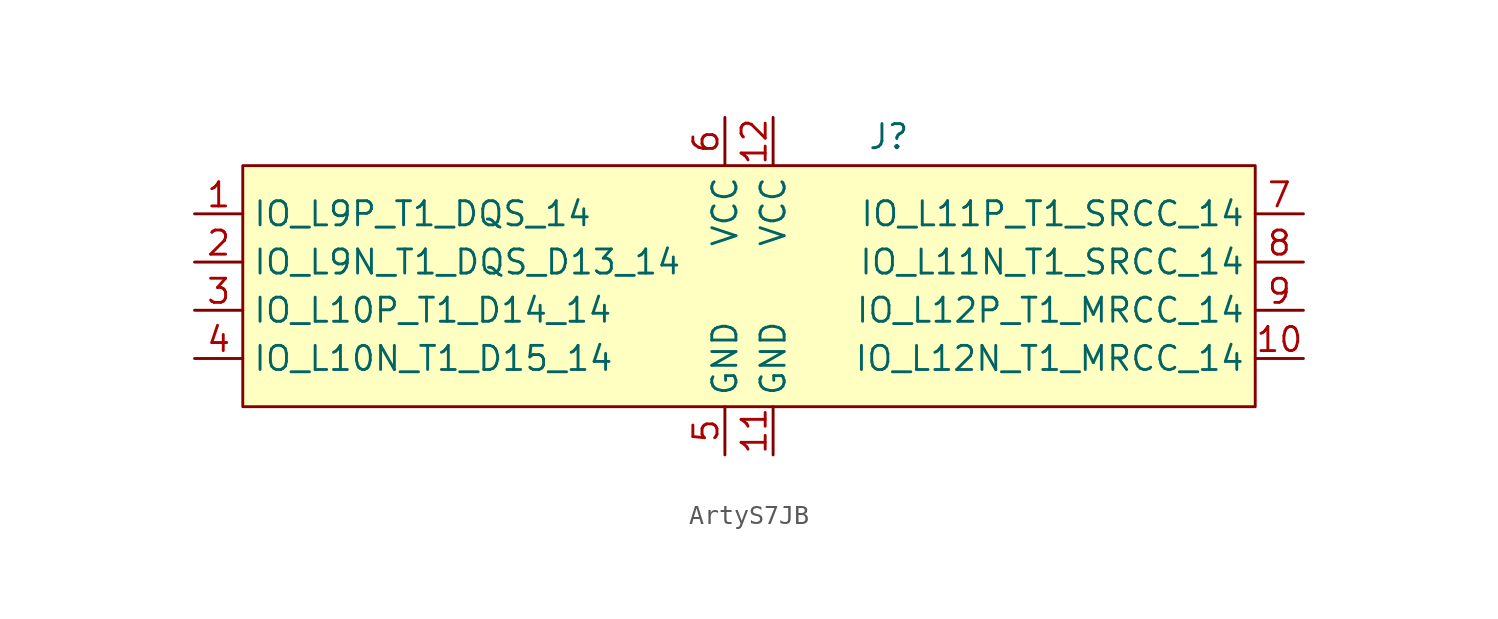
<source format=kicad_sym>
(kicad_symbol_lib
  (version 20241209)
  (generator "kicad_symbol_editor")
  (generator_version "9.0")
  (symbol "ArtyS7JB"
    (property "Reference" "J"
      (at 7.366 1.524 0)
      (effects (font (size 1.27 1.27))))
    (property "Value" ""
      (at 0 0 0)
      (effects (font (size 1.27 1.27))))
    (property "ki_locked" ""
      (at 0 0 0)
      (effects (font (size 1.27 1.27))))
    (symbol "ArtyS7JB_1_1"
      (rectangle (start -26.67 0) (end 26.67 -12.7) (stroke (width 0) (type solid)) (fill (type background)))
      (pin bidirectional line (at -29.21 -2.54 0) (length 2.54) (name "IO_L9P_T1_DQS_14" (effects (font (size 1.27 1.27)))) (number "1" (effects (font (size 1.27 1.27)))))
      (pin bidirectional line (at -29.21 -5.08 0) (length 2.54) (name "IO_L9N_T1_DQS_D13_14" (effects (font (size 1.27 1.27)))) (number "2" (effects (font (size 1.27 1.27)))))
      (pin bidirectional line (at -29.21 -7.62 0) (length 2.54) (name "IO_L10P_T1_D14_14" (effects (font (size 1.27 1.27)))) (number "3" (effects (font (size 1.27 1.27)))))
      (pin bidirectional line (at -29.21 -10.16 0) (length 2.54) (name "IO_L10N_T1_D15_14" (effects (font (size 1.27 1.27)))) (number "4" (effects (font (size 1.27 1.27)))))
      (pin bidirectional line (at -1.27 2.54 270) (length 2.54) (name "VCC" (effects (font (size 1.27 1.27)))) (number "6" (effects (font (size 1.27 1.27)))))
      (pin bidirectional line (at -1.27 -15.24 90) (length 2.54) (name "GND" (effects (font (size 1.27 1.27)))) (number "5" (effects (font (size 1.27 1.27)))))
      (pin bidirectional line (at 1.27 2.54 270) (length 2.54) (name "VCC" (effects (font (size 1.27 1.27)))) (number "12" (effects (font (size 1.27 1.27)))))
      (pin bidirectional line (at 1.27 -15.24 90) (length 2.54) (name "GND" (effects (font (size 1.27 1.27)))) (number "11" (effects (font (size 1.27 1.27)))))
      (pin bidirectional line (at 29.21 -2.54 180) (length 2.54) (name "IO_L11P_T1_SRCC_14" (effects (font (size 1.27 1.27)))) (number "7" (effects (font (size 1.27 1.27)))))
      (pin bidirectional line (at 29.21 -5.08 180) (length 2.54) (name "IO_L11N_T1_SRCC_14" (effects (font (size 1.27 1.27)))) (number "8" (effects (font (size 1.27 1.27)))))
      (pin bidirectional line (at 29.21 -7.62 180) (length 2.54) (name "IO_L12P_T1_MRCC_14" (effects (font (size 1.27 1.27)))) (number "9" (effects (font (size 1.27 1.27)))))
      (pin bidirectional line (at 29.21 -10.16 180) (length 2.54) (name "IO_L12N_T1_MRCC_14" (effects (font (size 1.27 1.27)))) (number "10" (effects (font (size 1.27 1.27))))))))
</source>
